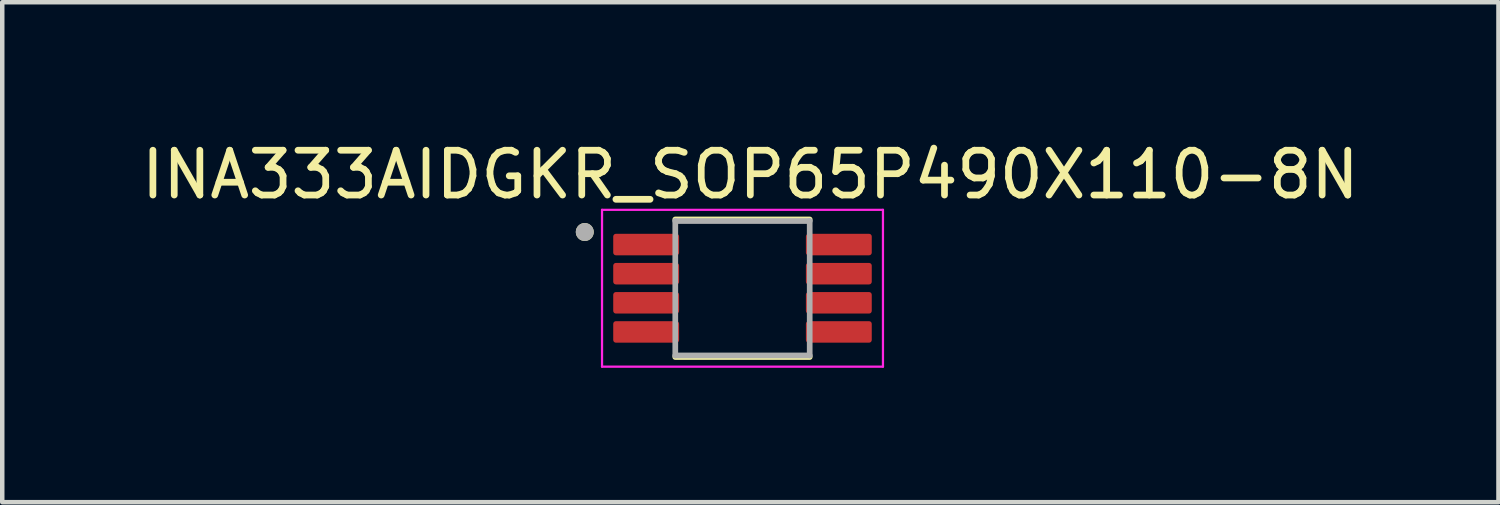
<source format=kicad_pcb>
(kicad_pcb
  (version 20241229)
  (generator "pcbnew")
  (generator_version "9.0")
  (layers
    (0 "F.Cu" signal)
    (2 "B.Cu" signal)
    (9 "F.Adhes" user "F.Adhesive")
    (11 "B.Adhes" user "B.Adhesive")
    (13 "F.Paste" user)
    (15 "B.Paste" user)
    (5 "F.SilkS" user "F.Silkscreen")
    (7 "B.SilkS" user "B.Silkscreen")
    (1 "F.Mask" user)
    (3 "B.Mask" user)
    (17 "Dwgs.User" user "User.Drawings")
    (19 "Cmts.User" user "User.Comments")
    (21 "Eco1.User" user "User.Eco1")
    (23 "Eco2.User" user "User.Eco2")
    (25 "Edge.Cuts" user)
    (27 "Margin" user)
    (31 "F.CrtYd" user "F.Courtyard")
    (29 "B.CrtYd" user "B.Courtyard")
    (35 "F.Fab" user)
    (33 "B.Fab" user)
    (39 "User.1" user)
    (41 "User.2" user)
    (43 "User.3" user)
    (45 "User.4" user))
  (footprint "INA333AIDGKR_SOP65P490X110-8N"
    (layer "F.Cu")
    (at 13.521 3.383)
    (property "Reference" "INA333AIDGKR_SOP65P490X110-8N" (at 0.175 -2.535 0) (layer "F.SilkS") (effects (font (size 1 1) (thickness 0.15))))
    (attr smd)
    (fp_line (start -1.5 -1.535) (end 1.5 -1.535) (stroke (width 0.127) (type solid)) (layer "F.SilkS"))
    (fp_line (start -1.5 1.535) (end 1.5 1.535) (stroke (width 0.127) (type solid)) (layer "F.SilkS"))
    (fp_circle (center -3.52 -1.255) (end -3.42 -1.255) (stroke (width 0.2) (type solid)) (fill no) (layer "F.SilkS"))
    (fp_line (start -3.135 -1.75) (end -3.135 1.75) (stroke (width 0.05) (type solid)) (layer "F.CrtYd"))
    (fp_line (start -3.135 -1.75) (end 3.135 -1.75) (stroke (width 0.05) (type solid)) (layer "F.CrtYd"))
    (fp_line (start -3.135 1.75) (end 3.135 1.75) (stroke (width 0.05) (type solid)) (layer "F.CrtYd"))
    (fp_line (start 3.135 -1.75) (end 3.135 1.75) (stroke (width 0.05) (type solid)) (layer "F.CrtYd"))
    (fp_line (start -1.5 -1.5) (end -1.5 1.5) (stroke (width 0.127) (type solid)) (layer "F.Fab"))
    (fp_line (start -1.5 -1.5) (end 1.5 -1.5) (stroke (width 0.127) (type solid)) (layer "F.Fab"))
    (fp_line (start -1.5 1.5) (end 1.5 1.5) (stroke (width 0.127) (type solid)) (layer "F.Fab"))
    (fp_line (start 1.5 -1.5) (end 1.5 1.5) (stroke (width 0.127) (type solid)) (layer "F.Fab"))
    (fp_circle (center -3.52 -1.255) (end -3.42 -1.255) (stroke (width 0.2) (type solid)) (fill no) (layer "F.Fab"))
    (pad "1" smd roundrect (at -2.15 -0.975) (size 1.47 0.48) (layers "F.Cu" "F.Mask" "F.Paste") (roundrect_rratio 0.125))
    (pad "2" smd roundrect (at -2.15 -0.325) (size 1.47 0.48) (layers "F.Cu" "F.Mask" "F.Paste") (roundrect_rratio 0.125))
    (pad "3" smd roundrect (at -2.15 0.325) (size 1.47 0.48) (layers "F.Cu" "F.Mask" "F.Paste") (roundrect_rratio 0.125))
    (pad "4" smd roundrect (at -2.15 0.975) (size 1.47 0.48) (layers "F.Cu" "F.Mask" "F.Paste") (roundrect_rratio 0.125))
    (pad "5" smd roundrect (at 2.15 0.975) (size 1.47 0.48) (layers "F.Cu" "F.Mask" "F.Paste") (roundrect_rratio 0.125))
    (pad "6" smd roundrect (at 2.15 0.325) (size 1.47 0.48) (layers "F.Cu" "F.Mask" "F.Paste") (roundrect_rratio 0.125))
    (pad "7" smd roundrect (at 2.15 -0.325) (size 1.47 0.48) (layers "F.Cu" "F.Mask" "F.Paste") (roundrect_rratio 0.125))
    (pad "8" smd roundrect (at 2.15 -0.975) (size 1.47 0.48) (layers "F.Cu" "F.Mask" "F.Paste") (roundrect_rratio 0.125)))
  (gr_rect
    (start -3 -3)
    (end 30.393 8.158)
    (stroke (width 0.1) (type default))
    (fill no)
    (layer "Edge.Cuts")))
</source>
